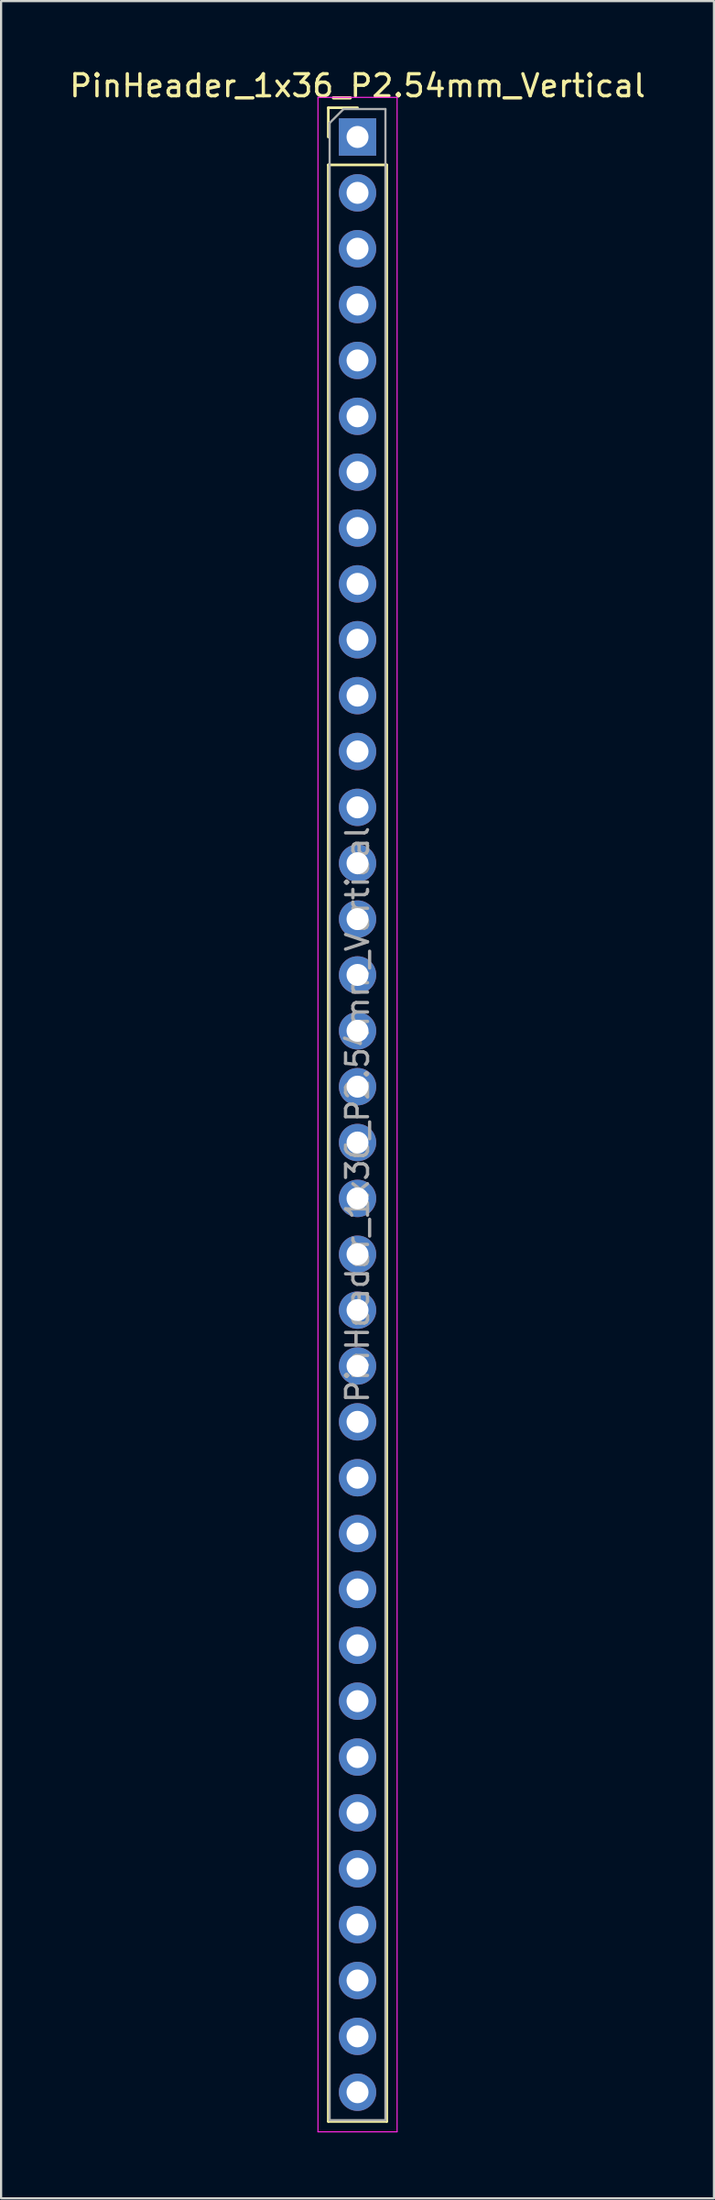
<source format=kicad_pcb>
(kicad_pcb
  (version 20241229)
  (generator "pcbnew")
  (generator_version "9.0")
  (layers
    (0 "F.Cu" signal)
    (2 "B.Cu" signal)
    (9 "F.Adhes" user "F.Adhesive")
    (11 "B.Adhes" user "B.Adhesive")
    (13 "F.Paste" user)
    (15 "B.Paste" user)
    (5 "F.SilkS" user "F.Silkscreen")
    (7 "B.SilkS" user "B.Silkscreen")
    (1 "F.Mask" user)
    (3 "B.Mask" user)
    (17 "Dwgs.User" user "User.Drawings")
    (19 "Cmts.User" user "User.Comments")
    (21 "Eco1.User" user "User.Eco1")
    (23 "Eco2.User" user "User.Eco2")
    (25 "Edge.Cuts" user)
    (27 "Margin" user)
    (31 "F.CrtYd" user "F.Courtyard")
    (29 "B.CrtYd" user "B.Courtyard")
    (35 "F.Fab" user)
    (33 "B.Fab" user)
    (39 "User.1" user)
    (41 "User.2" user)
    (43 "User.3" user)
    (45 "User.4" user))
  (footprint "PinHeader_1x36_P2.54mm_Vertical"
    (layer "F.Cu")
    (at 13.22 3.178)
    (property "Reference" "PinHeader_1x36_P2.54mm_Vertical" (at 0 -2.33 0) (layer "F.SilkS") (effects (font (size 1 1) (thickness 0.15))))
    (attr through_hole)
    (fp_line (start -1.33 -1.33) (end 0 -1.33) (stroke (width 0.12) (type solid)) (layer "F.SilkS"))
    (fp_line (start -1.33 0) (end -1.33 -1.33) (stroke (width 0.12) (type solid)) (layer "F.SilkS"))
    (fp_line (start -1.33 1.27) (end -1.33 90.23) (stroke (width 0.12) (type solid)) (layer "F.SilkS"))
    (fp_line (start -1.33 1.27) (end 1.33 1.27) (stroke (width 0.12) (type solid)) (layer "F.SilkS"))
    (fp_line (start -1.33 90.23) (end 1.33 90.23) (stroke (width 0.12) (type solid)) (layer "F.SilkS"))
    (fp_line (start 1.33 1.27) (end 1.33 90.23) (stroke (width 0.12) (type solid)) (layer "F.SilkS"))
    (fp_line (start -1.8 -1.8) (end -1.8 90.7) (stroke (width 0.05) (type solid)) (layer "F.CrtYd"))
    (fp_line (start -1.8 90.7) (end 1.8 90.7) (stroke (width 0.05) (type solid)) (layer "F.CrtYd"))
    (fp_line (start 1.8 -1.8) (end -1.8 -1.8) (stroke (width 0.05) (type solid)) (layer "F.CrtYd"))
    (fp_line (start 1.8 90.7) (end 1.8 -1.8) (stroke (width 0.05) (type solid)) (layer "F.CrtYd"))
    (fp_line (start -1.27 -0.635) (end -0.635 -1.27) (stroke (width 0.1) (type solid)) (layer "F.Fab"))
    (fp_line (start -1.27 90.17) (end -1.27 -0.635) (stroke (width 0.1) (type solid)) (layer "F.Fab"))
    (fp_line (start -0.635 -1.27) (end 1.27 -1.27) (stroke (width 0.1) (type solid)) (layer "F.Fab"))
    (fp_line (start 1.27 -1.27) (end 1.27 90.17) (stroke (width 0.1) (type solid)) (layer "F.Fab"))
    (fp_line (start 1.27 90.17) (end -1.27 90.17) (stroke (width 0.1) (type solid)) (layer "F.Fab"))
    (fp_text user "${REFERENCE}" (at 0 44.45 90) (layer "F.Fab") (effects (font (size 1 1) (thickness 0.15))))
    (pad "1" thru_hole rect (at 0 0) (size 1.7 1.7) (drill 1) (layers "*.Cu" "*.Mask"))
    (pad "2" thru_hole oval (at 0 2.54) (size 1.7 1.7) (drill 1) (layers "*.Cu" "*.Mask"))
    (pad "3" thru_hole oval (at 0 5.08) (size 1.7 1.7) (drill 1) (layers "*.Cu" "*.Mask"))
    (pad "4" thru_hole oval (at 0 7.62) (size 1.7 1.7) (drill 1) (layers "*.Cu" "*.Mask"))
    (pad "5" thru_hole oval (at 0 10.16) (size 1.7 1.7) (drill 1) (layers "*.Cu" "*.Mask"))
    (pad "6" thru_hole oval (at 0 12.7) (size 1.7 1.7) (drill 1) (layers "*.Cu" "*.Mask"))
    (pad "7" thru_hole oval (at 0 15.24) (size 1.7 1.7) (drill 1) (layers "*.Cu" "*.Mask"))
    (pad "8" thru_hole oval (at 0 17.78) (size 1.7 1.7) (drill 1) (layers "*.Cu" "*.Mask"))
    (pad "9" thru_hole oval (at 0 20.32) (size 1.7 1.7) (drill 1) (layers "*.Cu" "*.Mask"))
    (pad "10" thru_hole oval (at 0 22.86) (size 1.7 1.7) (drill 1) (layers "*.Cu" "*.Mask"))
    (pad "11" thru_hole oval (at 0 25.4) (size 1.7 1.7) (drill 1) (layers "*.Cu" "*.Mask"))
    (pad "12" thru_hole oval (at 0 27.94) (size 1.7 1.7) (drill 1) (layers "*.Cu" "*.Mask"))
    (pad "13" thru_hole oval (at 0 30.48) (size 1.7 1.7) (drill 1) (layers "*.Cu" "*.Mask"))
    (pad "14" thru_hole oval (at 0 33.02) (size 1.7 1.7) (drill 1) (layers "*.Cu" "*.Mask"))
    (pad "15" thru_hole oval (at 0 35.56) (size 1.7 1.7) (drill 1) (layers "*.Cu" "*.Mask"))
    (pad "16" thru_hole oval (at 0 38.1) (size 1.7 1.7) (drill 1) (layers "*.Cu" "*.Mask"))
    (pad "17" thru_hole oval (at 0 40.64) (size 1.7 1.7) (drill 1) (layers "*.Cu" "*.Mask"))
    (pad "18" thru_hole oval (at 0 43.18) (size 1.7 1.7) (drill 1) (layers "*.Cu" "*.Mask"))
    (pad "19" thru_hole oval (at 0 45.72) (size 1.7 1.7) (drill 1) (layers "*.Cu" "*.Mask"))
    (pad "20" thru_hole oval (at 0 48.26) (size 1.7 1.7) (drill 1) (layers "*.Cu" "*.Mask"))
    (pad "21" thru_hole oval (at 0 50.8) (size 1.7 1.7) (drill 1) (layers "*.Cu" "*.Mask"))
    (pad "22" thru_hole oval (at 0 53.34) (size 1.7 1.7) (drill 1) (layers "*.Cu" "*.Mask"))
    (pad "23" thru_hole oval (at 0 55.88) (size 1.7 1.7) (drill 1) (layers "*.Cu" "*.Mask"))
    (pad "24" thru_hole oval (at 0 58.42) (size 1.7 1.7) (drill 1) (layers "*.Cu" "*.Mask"))
    (pad "25" thru_hole oval (at 0 60.96) (size 1.7 1.7) (drill 1) (layers "*.Cu" "*.Mask"))
    (pad "26" thru_hole oval (at 0 63.5) (size 1.7 1.7) (drill 1) (layers "*.Cu" "*.Mask"))
    (pad "27" thru_hole oval (at 0 66.04) (size 1.7 1.7) (drill 1) (layers "*.Cu" "*.Mask"))
    (pad "28" thru_hole oval (at 0 68.58) (size 1.7 1.7) (drill 1) (layers "*.Cu" "*.Mask"))
    (pad "29" thru_hole oval (at 0 71.12) (size 1.7 1.7) (drill 1) (layers "*.Cu" "*.Mask"))
    (pad "30" thru_hole oval (at 0 73.66) (size 1.7 1.7) (drill 1) (layers "*.Cu" "*.Mask"))
    (pad "31" thru_hole oval (at 0 76.2) (size 1.7 1.7) (drill 1) (layers "*.Cu" "*.Mask"))
    (pad "32" thru_hole oval (at 0 78.74) (size 1.7 1.7) (drill 1) (layers "*.Cu" "*.Mask"))
    (pad "33" thru_hole oval (at 0 81.28) (size 1.7 1.7) (drill 1) (layers "*.Cu" "*.Mask"))
    (pad "34" thru_hole oval (at 0 83.82) (size 1.7 1.7) (drill 1) (layers "*.Cu" "*.Mask"))
    (pad "35" thru_hole oval (at 0 86.36) (size 1.7 1.7) (drill 1) (layers "*.Cu" "*.Mask"))
    (pad "36" thru_hole oval (at 0 88.9) (size 1.7 1.7) (drill 1) (layers "*.Cu" "*.Mask")))
  (gr_rect
    (start -3 -3)
    (end 29.44 96.903)
    (stroke (width 0.1) (type default))
    (fill no)
    (layer "Edge.Cuts")))
</source>
